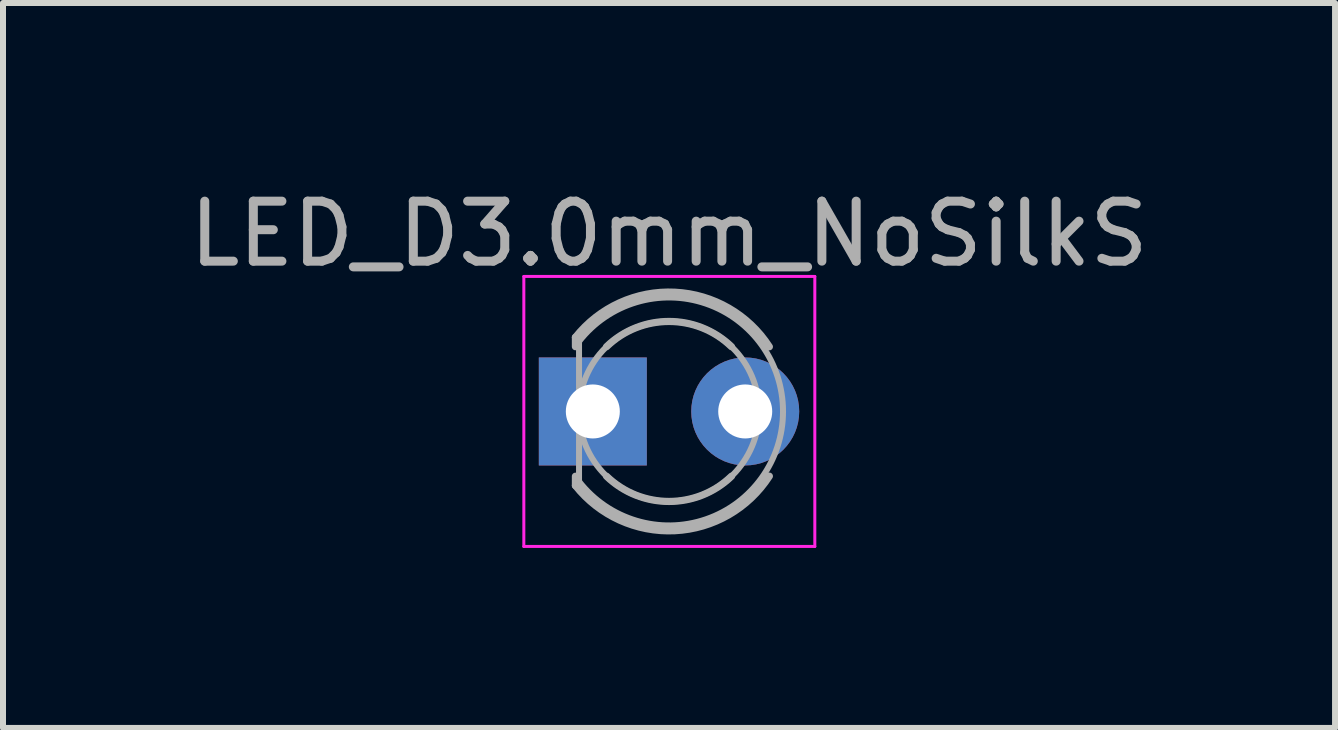
<source format=kicad_pcb>
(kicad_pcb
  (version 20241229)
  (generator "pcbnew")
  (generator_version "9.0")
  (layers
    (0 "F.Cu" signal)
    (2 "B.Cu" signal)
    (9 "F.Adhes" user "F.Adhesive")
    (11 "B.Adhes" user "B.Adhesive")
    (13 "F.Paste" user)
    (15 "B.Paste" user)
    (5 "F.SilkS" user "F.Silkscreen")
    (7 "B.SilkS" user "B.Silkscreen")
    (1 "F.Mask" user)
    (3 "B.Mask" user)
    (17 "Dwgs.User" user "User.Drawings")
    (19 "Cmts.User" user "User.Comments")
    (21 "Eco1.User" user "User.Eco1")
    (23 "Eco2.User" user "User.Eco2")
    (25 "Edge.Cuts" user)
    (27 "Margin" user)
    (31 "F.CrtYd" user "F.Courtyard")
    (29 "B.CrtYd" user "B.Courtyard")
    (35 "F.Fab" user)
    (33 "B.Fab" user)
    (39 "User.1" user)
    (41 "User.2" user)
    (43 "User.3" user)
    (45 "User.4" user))
  (footprint "LED_D3.0mm_NoSilkS"
    (layer "F.Cu")
    (at 6.831 3.808)
    (property "Reference" "LED_D3.0mm_NoSilkS" (at 1.27 -2.96 0) (layer "F.Fab") (effects (font (size 1 1) (thickness 0.15))))
    (attr through_hole)
    (fp_line (start -1.15 -2.25) (end -1.15 2.25) (stroke (width 0.05) (type solid)) (layer "F.CrtYd"))
    (fp_line (start -1.15 2.25) (end 3.7 2.25) (stroke (width 0.05) (type solid)) (layer "F.CrtYd"))
    (fp_line (start 3.7 -2.25) (end -1.15 -2.25) (stroke (width 0.05) (type solid)) (layer "F.CrtYd"))
    (fp_line (start 3.7 2.25) (end 3.7 -2.25) (stroke (width 0.05) (type solid)) (layer "F.CrtYd"))
    (fp_line (start -0.29 -1.236) (end -0.29 -1.08) (stroke (width 0.12) (type solid)) (layer "F.Fab"))
    (fp_line (start -0.29 1.08) (end -0.29 1.236) (stroke (width 0.12) (type solid)) (layer "F.Fab"))
    (fp_line (start -0.23 -1.166) (end -0.23 1.166) (stroke (width 0.1) (type solid)) (layer "F.Fab"))
    (fp_arc (start -0.29 -1.235516) (mid 1.366487 -1.987659) (end 2.942335 -1.078608) (stroke (width 0.12) (type solid)) (layer "F.Fab"))
    (fp_arc (start -0.23 -1.16619) (mid 3.17 0.000452) (end -0.230555 1.165476) (stroke (width 0.1) (type solid)) (layer "F.Fab"))
    (fp_arc (start 0.229039 -1.08) (mid 1.270117 -1.5) (end 2.31113 -1.079837) (stroke (width 0.12) (type solid)) (layer "F.Fab"))
    (fp_arc (start 2.31113 1.079837) (mid 1.270117 1.5) (end 0.229039 1.08) (stroke (width 0.12) (type solid)) (layer "F.Fab"))
    (fp_arc (start 2.942335 1.078608) (mid 1.366487 1.987659) (end -0.29 1.235516) (stroke (width 0.12) (type solid)) (layer "F.Fab"))
    (fp_circle (center 1.27 0) (end 2.77 0) (stroke (width 0.1) (type solid)) (fill no) (layer "F.Fab"))
    (pad "1" thru_hole rect (at 0 0) (size 1.8 1.8) (drill 0.9) (layers "*.Cu" "*.Mask"))
    (pad "2" thru_hole circle (at 2.54 0) (size 1.8 1.8) (drill 0.9) (layers "*.Cu" "*.Mask")))
  (gr_rect
    (start -3 -3)
    (end 19.202 9.083)
    (stroke (width 0.1) (type default))
    (fill no)
    (layer "Edge.Cuts")))
</source>
